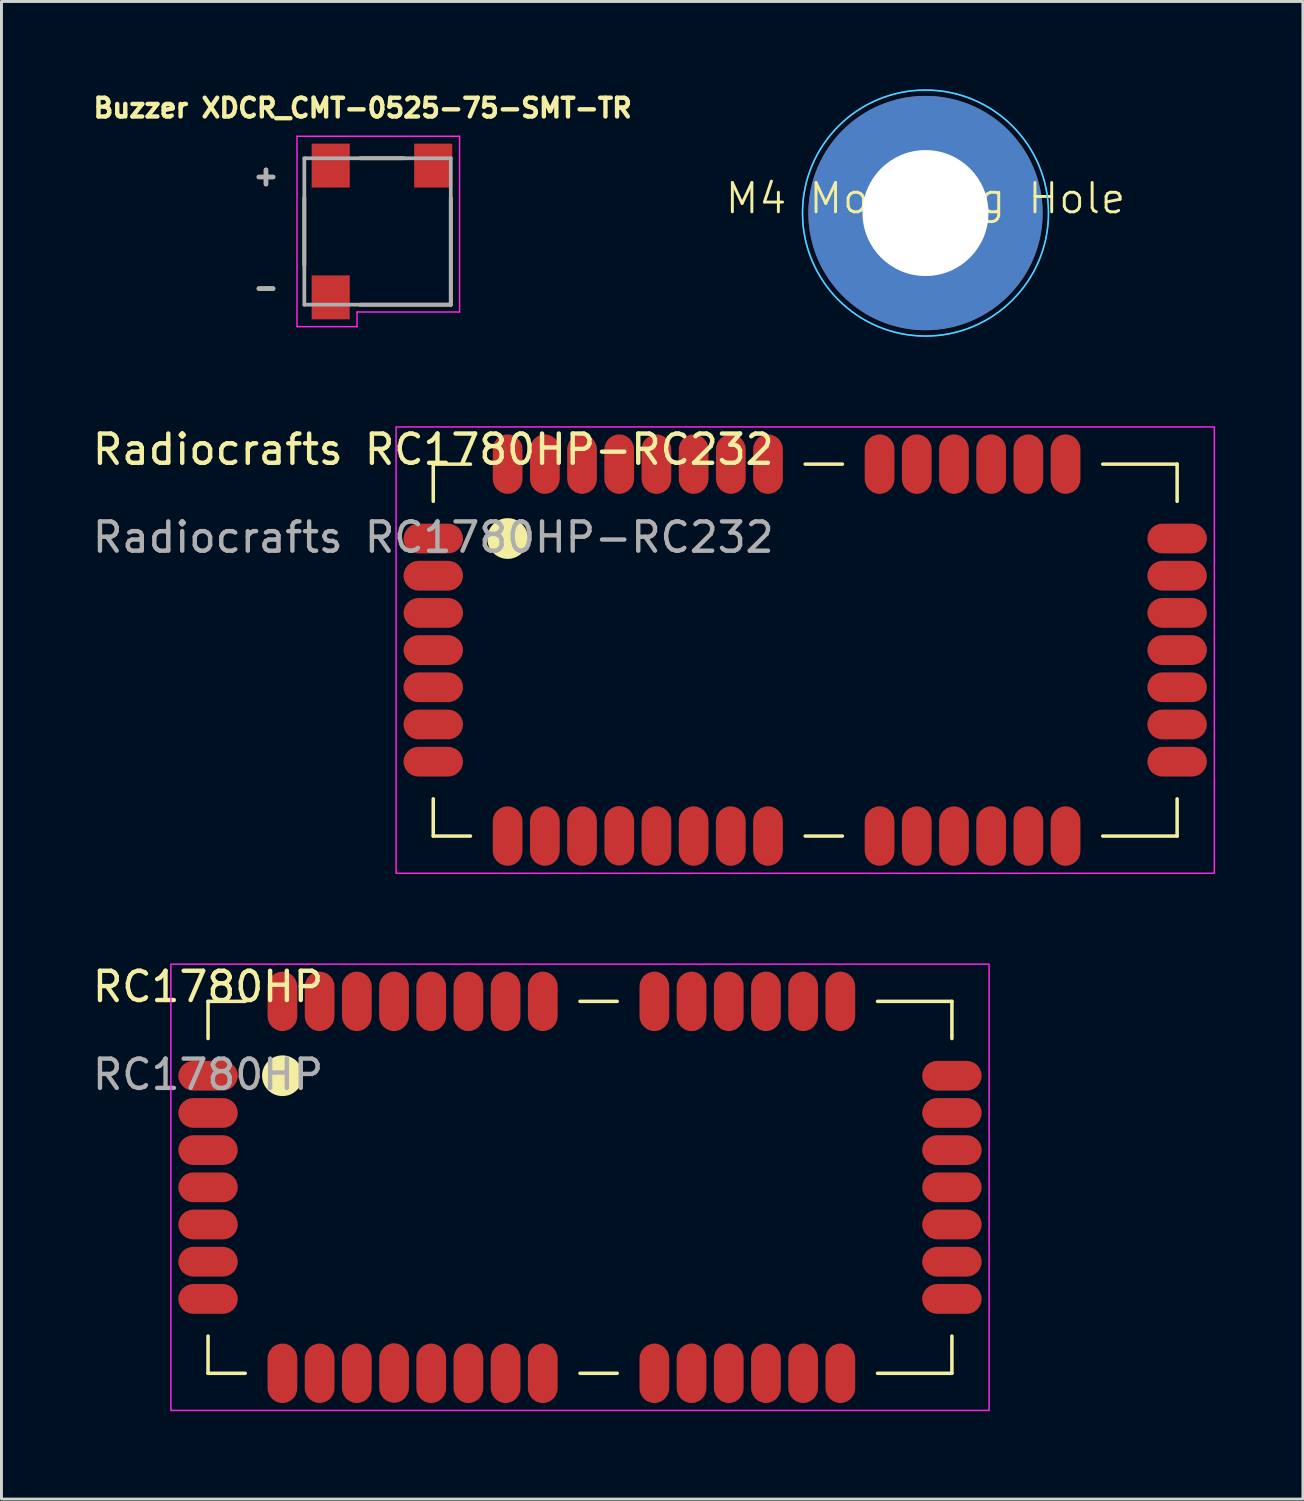
<source format=kicad_pcb>
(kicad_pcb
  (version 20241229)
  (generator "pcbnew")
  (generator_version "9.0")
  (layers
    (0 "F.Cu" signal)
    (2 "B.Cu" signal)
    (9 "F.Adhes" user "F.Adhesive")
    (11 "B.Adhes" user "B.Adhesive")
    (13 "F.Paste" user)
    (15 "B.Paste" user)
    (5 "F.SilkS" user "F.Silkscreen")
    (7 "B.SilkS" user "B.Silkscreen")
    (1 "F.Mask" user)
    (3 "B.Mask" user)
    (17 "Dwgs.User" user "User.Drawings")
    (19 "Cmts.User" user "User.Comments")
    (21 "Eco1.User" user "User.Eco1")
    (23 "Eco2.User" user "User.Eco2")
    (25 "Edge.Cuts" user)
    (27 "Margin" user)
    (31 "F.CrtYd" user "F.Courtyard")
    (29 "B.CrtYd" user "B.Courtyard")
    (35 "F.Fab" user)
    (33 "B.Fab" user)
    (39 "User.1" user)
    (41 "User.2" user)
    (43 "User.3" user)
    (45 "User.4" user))
  (footprint "Buzzer XDCR_CMT-0525-75-SMT-TR"
    (layer "F.Cu")
    (at 9.842 4.854)
    (property "Reference" "Buzzer XDCR_CMT-0525-75-SMT-TR" (at -0.508 -4.216 0) (layer "F.SilkS") (effects (font (size 0.64 0.64) (thickness 0.15))))
    (attr smd)
    (fp_line (start -2.5 -1.15) (end -2.5 1.15) (stroke (width 0.127) (type solid)) (layer "F.SilkS"))
    (fp_line (start -0.6 -2.5) (end 0.9 -2.5) (stroke (width 0.127) (type solid)) (layer "F.SilkS"))
    (fp_line (start -0.6 2.5) (end 2.5 2.5) (stroke (width 0.127) (type solid)) (layer "F.SilkS"))
    (fp_line (start 2.5 2.5) (end 2.5 -1.15) (stroke (width 0.127) (type solid)) (layer "F.SilkS"))
    (fp_line (start -2.75 -3.25) (end -2.75 3.25) (stroke (width 0.05) (type solid)) (layer "F.CrtYd"))
    (fp_line (start -2.75 3.25) (end -0.7 3.25) (stroke (width 0.05) (type solid)) (layer "F.CrtYd"))
    (fp_line (start -0.7 2.75) (end 2.8 2.75) (stroke (width 0.05) (type solid)) (layer "F.CrtYd"))
    (fp_line (start -0.7 3.25) (end -0.7 2.75) (stroke (width 0.05) (type solid)) (layer "F.CrtYd"))
    (fp_line (start 2.8 -3.25) (end -2.75 -3.25) (stroke (width 0.05) (type solid)) (layer "F.CrtYd"))
    (fp_line (start 2.8 2.75) (end 2.8 -3.25) (stroke (width 0.05) (type solid)) (layer "F.CrtYd"))
    (fp_line (start -2.5 -2.5) (end -2.5 2.5) (stroke (width 0.127) (type solid)) (layer "F.Fab"))
    (fp_line (start -2.5 2.5) (end 2.5 2.5) (stroke (width 0.127) (type solid)) (layer "F.Fab"))
    (fp_line (start 2.5 -2.5) (end -2.5 -2.5) (stroke (width 0.127) (type solid)) (layer "F.Fab"))
    (fp_line (start 2.5 2.5) (end 2.5 -2.5) (stroke (width 0.127) (type solid)) (layer "F.Fab"))
    (fp_text user "-" (at -3.81 1.905 0) (layer "F.SilkS") (effects (font (size 0.64 0.64) (thickness 0.15))))
    (fp_text user "+" (at -3.81 -1.905 0) (layer "F.SilkS") (effects (font (size 0.64 0.64) (thickness 0.15))))
    (fp_text user "+" (at -3.81 -1.905 0) (layer "F.Fab") (effects (font (size 0.64 0.64) (thickness 0.15))))
    (fp_text user "-" (at -3.81 1.905 0) (layer "F.Fab") (effects (font (size 0.64 0.64) (thickness 0.15))))
    (pad "1" smd rect (at 1.9 -2.25) (size 1.3 1.5) (layers "F.Cu" "F.Mask" "F.Paste"))
    (pad "N" smd rect (at -1.6 2.25) (size 1.3 1.5) (layers "F.Cu" "F.Mask" "F.Paste"))
    (pad "P" smd rect (at -1.6 -2.25) (size 1.3 1.5) (layers "F.Cu" "F.Mask" "F.Paste")))
  (footprint "Radiocrafts RC1780HP-RC232"
    (layer "F.Cu")
    (at 11.744 12.798)
    (property "Reference" "Radiocrafts RC1780HP-RC232" (at 0 -0.5 0) (unlocked yes) (layer "F.SilkS") (effects (font (size 1 1) (thickness 0.15))))
    (attr smd)
    (fp_line (start 0 0) (end 1.27 0) (stroke (width 0.12) (type default)) (layer "F.SilkS"))
    (fp_line (start 0 1.27) (end 0 0) (stroke (width 0.12) (type default)) (layer "F.SilkS"))
    (fp_line (start 0 12.7) (end 0 11.43) (stroke (width 0.12) (type default)) (layer "F.SilkS"))
    (fp_line (start 1.27 12.7) (end 0 12.7) (stroke (width 0.12) (type default)) (layer "F.SilkS"))
    (fp_line (start 12.7 0) (end 13.97 0) (stroke (width 0.12) (type default)) (layer "F.SilkS"))
    (fp_line (start 13.97 12.7) (end 12.7 12.7) (stroke (width 0.12) (type default)) (layer "F.SilkS"))
    (fp_line (start 22.86 0) (end 25.4 0) (stroke (width 0.12) (type default)) (layer "F.SilkS"))
    (fp_line (start 25.4 0) (end 25.4 1.27) (stroke (width 0.12) (type default)) (layer "F.SilkS"))
    (fp_line (start 25.4 11.43) (end 25.4 12.7) (stroke (width 0.12) (type default)) (layer "F.SilkS"))
    (fp_line (start 25.4 12.7) (end 22.86 12.7) (stroke (width 0.12) (type default)) (layer "F.SilkS"))
    (fp_circle (center 2.54 2.54) (end 3.175 2.54) (stroke (width 0.12) (type solid)) (fill yes) (layer "F.SilkS"))
    (fp_rect (start -1.27 -1.27) (end 26.67 13.97) (stroke (width 0.05) (type solid)) (fill no) (layer "F.CrtYd"))
    (fp_text user "${REFERENCE}" (at 0 2.5 0) (unlocked yes) (layer "F.Fab") (effects (font (size 1 1) (thickness 0.15))))
    (pad "1" smd roundrect (at 0 2.54) (size 2.032 1.016) (layers "F.Cu" "F.Mask" "F.Paste") (roundrect_rratio 0.5))
    (pad "2" smd roundrect (at 0 3.81) (size 2.032 1.016) (layers "F.Cu" "F.Mask" "F.Paste") (roundrect_rratio 0.5))
    (pad "3" smd roundrect (at 0 5.08) (size 2.032 1.016) (layers "F.Cu" "F.Mask" "F.Paste") (roundrect_rratio 0.5))
    (pad "4" smd roundrect (at 0 6.35) (size 2.032 1.016) (layers "F.Cu" "F.Mask" "F.Paste") (roundrect_rratio 0.5))
    (pad "5" smd roundrect (at 0 7.62) (size 2.032 1.016) (layers "F.Cu" "F.Mask" "F.Paste") (roundrect_rratio 0.5))
    (pad "6" smd roundrect (at 0 8.89) (size 2.032 1.016) (layers "F.Cu" "F.Mask" "F.Paste") (roundrect_rratio 0.5))
    (pad "7" smd roundrect (at 0 10.16) (size 2.032 1.016) (layers "F.Cu" "F.Mask" "F.Paste") (roundrect_rratio 0.5))
    (pad "8" smd roundrect (at 25.4 10.16 180) (size 2.032 1.016) (layers "F.Cu" "F.Mask" "F.Paste") (roundrect_rratio 0.5))
    (pad "9" smd roundrect (at 25.4 8.89 180) (size 2.032 1.016) (layers "F.Cu" "F.Mask" "F.Paste") (roundrect_rratio 0.5))
    (pad "10" smd roundrect (at 25.4 7.62 180) (size 2.032 1.016) (layers "F.Cu" "F.Mask" "F.Paste") (roundrect_rratio 0.5))
    (pad "11" smd roundrect (at 25.4 6.35 180) (size 2.032 1.016) (layers "F.Cu" "F.Mask" "F.Paste") (roundrect_rratio 0.5))
    (pad "12" smd roundrect (at 25.4 5.08 180) (size 2.032 1.016) (layers "F.Cu" "F.Mask" "F.Paste") (roundrect_rratio 0.5))
    (pad "13" smd roundrect (at 25.4 3.81 180) (size 2.032 1.016) (layers "F.Cu" "F.Mask" "F.Paste") (roundrect_rratio 0.5))
    (pad "14" smd roundrect (at 25.4 2.54 180) (size 2.032 1.016) (layers "F.Cu" "F.Mask" "F.Paste") (roundrect_rratio 0.5))
    (pad "15" smd roundrect (at 2.54 12.7 90) (size 2.032 1.016) (layers "F.Cu" "F.Mask" "F.Paste") (roundrect_rratio 0.5))
    (pad "16" smd roundrect (at 3.81 12.7 90) (size 2.032 1.016) (layers "F.Cu" "F.Mask" "F.Paste") (roundrect_rratio 0.5))
    (pad "17" smd roundrect (at 5.08 12.7 90) (size 2.032 1.016) (layers "F.Cu" "F.Mask" "F.Paste") (roundrect_rratio 0.5))
    (pad "18" smd roundrect (at 6.352 12.691 90) (size 2.032 1.016) (layers "F.Cu" "F.Mask" "F.Paste") (roundrect_rratio 0.5))
    (pad "19" smd roundrect (at 7.62 12.7 90) (size 2.032 1.016) (layers "F.Cu" "F.Mask" "F.Paste") (roundrect_rratio 0.5))
    (pad "20" smd roundrect (at 8.89 12.7 90) (size 2.032 1.016) (layers "F.Cu" "F.Mask" "F.Paste") (roundrect_rratio 0.5))
    (pad "21" smd roundrect (at 10.16 12.7 90) (size 2.032 1.016) (layers "F.Cu" "F.Mask" "F.Paste") (roundrect_rratio 0.5))
    (pad "22" smd roundrect (at 11.43 12.7 90) (size 2.032 1.016) (layers "F.Cu" "F.Mask" "F.Paste") (roundrect_rratio 0.5))
    (pad "23" smd roundrect (at 11.43 0 90) (size 2.032 1.016) (layers "F.Cu" "F.Mask" "F.Paste") (roundrect_rratio 0.5))
    (pad "24" smd roundrect (at 10.16 0 90) (size 2.032 1.016) (layers "F.Cu" "F.Mask" "F.Paste") (roundrect_rratio 0.5))
    (pad "25" smd roundrect (at 8.89 0 90) (size 2.032 1.016) (layers "F.Cu" "F.Mask" "F.Paste") (roundrect_rratio 0.5))
    (pad "26" smd roundrect (at 7.62 0 90) (size 2.032 1.016) (layers "F.Cu" "F.Mask" "F.Paste") (roundrect_rratio 0.5))
    (pad "27" smd roundrect (at 6.35 0 90) (size 2.032 1.016) (layers "F.Cu" "F.Mask" "F.Paste") (roundrect_rratio 0.5))
    (pad "28" smd roundrect (at 5.08 0 90) (size 2.032 1.016) (layers "F.Cu" "F.Mask" "F.Paste") (roundrect_rratio 0.5))
    (pad "29" smd roundrect (at 3.81 0 90) (size 2.032 1.016) (layers "F.Cu" "F.Mask" "F.Paste") (roundrect_rratio 0.5))
    (pad "30" smd roundrect (at 2.54 0 90) (size 2.032 1.016) (layers "F.Cu" "F.Mask" "F.Paste") (roundrect_rratio 0.5))
    (pad "31" smd roundrect (at 15.24 0 90) (size 2.032 1.016) (layers "F.Cu" "F.Mask" "F.Paste") (roundrect_rratio 0.5))
    (pad "32" smd roundrect (at 15.24 12.7 90) (size 2.032 1.016) (layers "F.Cu" "F.Mask" "F.Paste") (roundrect_rratio 0.5))
    (pad "33" smd roundrect (at 16.51 0 90) (size 2.032 1.016) (layers "F.Cu" "F.Mask" "F.Paste") (roundrect_rratio 0.5))
    (pad "34" smd roundrect (at 16.51 12.7 90) (size 2.032 1.016) (layers "F.Cu" "F.Mask" "F.Paste") (roundrect_rratio 0.5))
    (pad "35" smd roundrect (at 17.78 0 90) (size 2.032 1.016) (layers "F.Cu" "F.Mask" "F.Paste") (roundrect_rratio 0.5))
    (pad "36" smd roundrect (at 17.78 12.7 90) (size 2.032 1.016) (layers "F.Cu" "F.Mask" "F.Paste") (roundrect_rratio 0.5))
    (pad "37" smd roundrect (at 19.05 0 90) (size 2.032 1.016) (layers "F.Cu" "F.Mask" "F.Paste") (roundrect_rratio 0.5))
    (pad "38" smd roundrect (at 19.05 12.7 90) (size 2.032 1.016) (layers "F.Cu" "F.Mask" "F.Paste") (roundrect_rratio 0.5))
    (pad "39" smd roundrect (at 20.32 0 90) (size 2.032 1.016) (layers "F.Cu" "F.Mask" "F.Paste") (roundrect_rratio 0.5))
    (pad "40" smd roundrect (at 20.32 12.7 90) (size 2.032 1.016) (layers "F.Cu" "F.Mask" "F.Paste") (roundrect_rratio 0.5))
    (pad "41" smd roundrect (at 21.59 0 90) (size 2.032 1.016) (layers "F.Cu" "F.Mask" "F.Paste") (roundrect_rratio 0.5))
    (pad "42" smd roundrect (at 21.59 12.7 90) (size 2.032 1.016) (layers "F.Cu" "F.Mask" "F.Paste") (roundrect_rratio 0.5)))
  (footprint "M4 Mounting Hole"
    (layer "F.Cu")
    (at 28.552 4.225)
    (property "Reference" "M4 Mounting Hole" (at 0 -0.5 0) (unlocked yes) (layer "F.SilkS") (effects (font (size 1 1) (thickness 0.1))))
    (attr smd)
    (fp_circle (center 0 0) (end 4.2 0) (stroke (width 0.05) (type solid)) (fill no) (layer "B.CrtYd"))
    (fp_circle (center 0 0) (end 4.2 0) (stroke (width 0.05) (type solid)) (fill no) (layer "F.CrtYd"))
    (pad "1" thru_hole circle (at 0 0) (size 4.7 4.7) (drill 4.3) (layers "*.Cu" "*.Mask"))
    (pad "1" connect circle (at 0 0) (size 8 8) (layers "F.Cu" "F.Mask"))
    (pad "1" connect circle (at 0 0) (size 8 8) (layers "B.Cu" "B.Mask")))
  (footprint "RC1780HP"
    (layer "F.Cu")
    (at 4.054 31.142)
    (property "Reference" "RC1780HP" (at 0 -0.5 0) (unlocked yes) (layer "F.SilkS") (effects (font (size 1 1) (thickness 0.15))))
    (attr smd)
    (fp_line (start 0 0) (end 1.27 0) (stroke (width 0.12) (type default)) (layer "F.SilkS"))
    (fp_line (start 0 1.27) (end 0 0) (stroke (width 0.12) (type default)) (layer "F.SilkS"))
    (fp_line (start 0 12.7) (end 0 11.43) (stroke (width 0.12) (type default)) (layer "F.SilkS"))
    (fp_line (start 1.27 12.7) (end 0 12.7) (stroke (width 0.12) (type default)) (layer "F.SilkS"))
    (fp_line (start 12.7 0) (end 13.97 0) (stroke (width 0.12) (type default)) (layer "F.SilkS"))
    (fp_line (start 13.97 12.7) (end 12.7 12.7) (stroke (width 0.12) (type default)) (layer "F.SilkS"))
    (fp_line (start 22.86 0) (end 25.4 0) (stroke (width 0.12) (type default)) (layer "F.SilkS"))
    (fp_line (start 25.4 0) (end 25.4 1.27) (stroke (width 0.12) (type default)) (layer "F.SilkS"))
    (fp_line (start 25.4 11.43) (end 25.4 12.7) (stroke (width 0.12) (type default)) (layer "F.SilkS"))
    (fp_line (start 25.4 12.7) (end 22.86 12.7) (stroke (width 0.12) (type default)) (layer "F.SilkS"))
    (fp_circle (center 2.54 2.54) (end 3.175 2.54) (stroke (width 0.12) (type solid)) (fill yes) (layer "F.SilkS"))
    (fp_rect (start -1.27 -1.27) (end 26.67 13.97) (stroke (width 0.05) (type solid)) (fill no) (layer "F.CrtYd"))
    (fp_text user "${REFERENCE}" (at 0 2.5 0) (unlocked yes) (layer "F.Fab") (effects (font (size 1 1) (thickness 0.15))))
    (pad "1" smd roundrect (at 0 2.54) (size 2.032 1.016) (layers "F.Cu" "F.Mask" "F.Paste") (roundrect_rratio 0.5))
    (pad "2" smd roundrect (at 0 3.81) (size 2.032 1.016) (layers "F.Cu" "F.Mask" "F.Paste") (roundrect_rratio 0.5))
    (pad "3" smd roundrect (at 0 5.08) (size 2.032 1.016) (layers "F.Cu" "F.Mask" "F.Paste") (roundrect_rratio 0.5))
    (pad "4" smd roundrect (at 0 6.35) (size 2.032 1.016) (layers "F.Cu" "F.Mask" "F.Paste") (roundrect_rratio 0.5))
    (pad "5" smd roundrect (at 0 7.62) (size 2.032 1.016) (layers "F.Cu" "F.Mask" "F.Paste") (roundrect_rratio 0.5))
    (pad "6" smd roundrect (at 0 8.89) (size 2.032 1.016) (layers "F.Cu" "F.Mask" "F.Paste") (roundrect_rratio 0.5))
    (pad "7" smd roundrect (at 0 10.16) (size 2.032 1.016) (layers "F.Cu" "F.Mask" "F.Paste") (roundrect_rratio 0.5))
    (pad "8" smd roundrect (at 25.4 10.16 180) (size 2.032 1.016) (layers "F.Cu" "F.Mask" "F.Paste") (roundrect_rratio 0.5))
    (pad "9" smd roundrect (at 25.4 8.89 180) (size 2.032 1.016) (layers "F.Cu" "F.Mask" "F.Paste") (roundrect_rratio 0.5))
    (pad "10" smd roundrect (at 25.4 7.62 180) (size 2.032 1.016) (layers "F.Cu" "F.Mask" "F.Paste") (roundrect_rratio 0.5))
    (pad "11" smd roundrect (at 25.4 6.35 180) (size 2.032 1.016) (layers "F.Cu" "F.Mask" "F.Paste") (roundrect_rratio 0.5))
    (pad "12" smd roundrect (at 25.4 5.08 180) (size 2.032 1.016) (layers "F.Cu" "F.Mask" "F.Paste") (roundrect_rratio 0.5))
    (pad "13" smd roundrect (at 25.4 3.81 180) (size 2.032 1.016) (layers "F.Cu" "F.Mask" "F.Paste") (roundrect_rratio 0.5))
    (pad "14" smd roundrect (at 25.4 2.54 180) (size 2.032 1.016) (layers "F.Cu" "F.Mask" "F.Paste") (roundrect_rratio 0.5))
    (pad "15" smd roundrect (at 2.54 12.7 90) (size 2.032 1.016) (layers "F.Cu" "F.Mask" "F.Paste") (roundrect_rratio 0.5))
    (pad "16" smd roundrect (at 3.81 12.7 90) (size 2.032 1.016) (layers "F.Cu" "F.Mask" "F.Paste") (roundrect_rratio 0.5))
    (pad "17" smd roundrect (at 5.08 12.7 90) (size 2.032 1.016) (layers "F.Cu" "F.Mask" "F.Paste") (roundrect_rratio 0.5))
    (pad "18" smd roundrect (at 6.352 12.691 90) (size 2.032 1.016) (layers "F.Cu" "F.Mask" "F.Paste") (roundrect_rratio 0.5))
    (pad "19" smd roundrect (at 7.62 12.7 90) (size 2.032 1.016) (layers "F.Cu" "F.Mask" "F.Paste") (roundrect_rratio 0.5))
    (pad "20" smd roundrect (at 8.89 12.7 90) (size 2.032 1.016) (layers "F.Cu" "F.Mask" "F.Paste") (roundrect_rratio 0.5))
    (pad "21" smd roundrect (at 10.16 12.7 90) (size 2.032 1.016) (layers "F.Cu" "F.Mask" "F.Paste") (roundrect_rratio 0.5))
    (pad "22" smd roundrect (at 11.43 12.7 90) (size 2.032 1.016) (layers "F.Cu" "F.Mask" "F.Paste") (roundrect_rratio 0.5))
    (pad "23" smd roundrect (at 11.43 0 90) (size 2.032 1.016) (layers "F.Cu" "F.Mask" "F.Paste") (roundrect_rratio 0.5))
    (pad "24" smd roundrect (at 10.16 0 90) (size 2.032 1.016) (layers "F.Cu" "F.Mask" "F.Paste") (roundrect_rratio 0.5))
    (pad "25" smd roundrect (at 8.89 0 90) (size 2.032 1.016) (layers "F.Cu" "F.Mask" "F.Paste") (roundrect_rratio 0.5))
    (pad "26" smd roundrect (at 7.62 0 90) (size 2.032 1.016) (layers "F.Cu" "F.Mask" "F.Paste") (roundrect_rratio 0.5))
    (pad "27" smd roundrect (at 6.35 0 90) (size 2.032 1.016) (layers "F.Cu" "F.Mask" "F.Paste") (roundrect_rratio 0.5))
    (pad "28" smd roundrect (at 5.08 0 90) (size 2.032 1.016) (layers "F.Cu" "F.Mask" "F.Paste") (roundrect_rratio 0.5))
    (pad "29" smd roundrect (at 3.81 0 90) (size 2.032 1.016) (layers "F.Cu" "F.Mask" "F.Paste") (roundrect_rratio 0.5))
    (pad "30" smd roundrect (at 2.54 0 90) (size 2.032 1.016) (layers "F.Cu" "F.Mask" "F.Paste") (roundrect_rratio 0.5))
    (pad "31" smd roundrect (at 15.24 0 90) (size 2.032 1.016) (layers "F.Cu" "F.Mask" "F.Paste") (roundrect_rratio 0.5))
    (pad "32" smd roundrect (at 15.24 12.7 90) (size 2.032 1.016) (layers "F.Cu" "F.Mask" "F.Paste") (roundrect_rratio 0.5))
    (pad "33" smd roundrect (at 16.51 0 90) (size 2.032 1.016) (layers "F.Cu" "F.Mask" "F.Paste") (roundrect_rratio 0.5))
    (pad "34" smd roundrect (at 16.51 12.7 90) (size 2.032 1.016) (layers "F.Cu" "F.Mask" "F.Paste") (roundrect_rratio 0.5))
    (pad "35" smd roundrect (at 17.78 0 90) (size 2.032 1.016) (layers "F.Cu" "F.Mask" "F.Paste") (roundrect_rratio 0.5))
    (pad "36" smd roundrect (at 17.78 12.7 90) (size 2.032 1.016) (layers "F.Cu" "F.Mask" "F.Paste") (roundrect_rratio 0.5))
    (pad "37" smd roundrect (at 19.05 0 90) (size 2.032 1.016) (layers "F.Cu" "F.Mask" "F.Paste") (roundrect_rratio 0.5))
    (pad "38" smd roundrect (at 19.05 12.7 90) (size 2.032 1.016) (layers "F.Cu" "F.Mask" "F.Paste") (roundrect_rratio 0.5))
    (pad "39" smd roundrect (at 20.32 0 90) (size 2.032 1.016) (layers "F.Cu" "F.Mask" "F.Paste") (roundrect_rratio 0.5))
    (pad "40" smd roundrect (at 20.32 12.7 90) (size 2.032 1.016) (layers "F.Cu" "F.Mask" "F.Paste") (roundrect_rratio 0.5))
    (pad "41" smd roundrect (at 21.59 0 90) (size 2.032 1.016) (layers "F.Cu" "F.Mask" "F.Paste") (roundrect_rratio 0.5))
    (pad "42" smd roundrect (at 21.59 12.7 90) (size 2.032 1.016) (layers "F.Cu" "F.Mask" "F.Paste") (roundrect_rratio 0.5)))
  (gr_rect
    (start -3 -3)
    (end 41.439 48.136)
    (stroke (width 0.1) (type default))
    (fill no)
    (layer "Edge.Cuts")))
</source>
